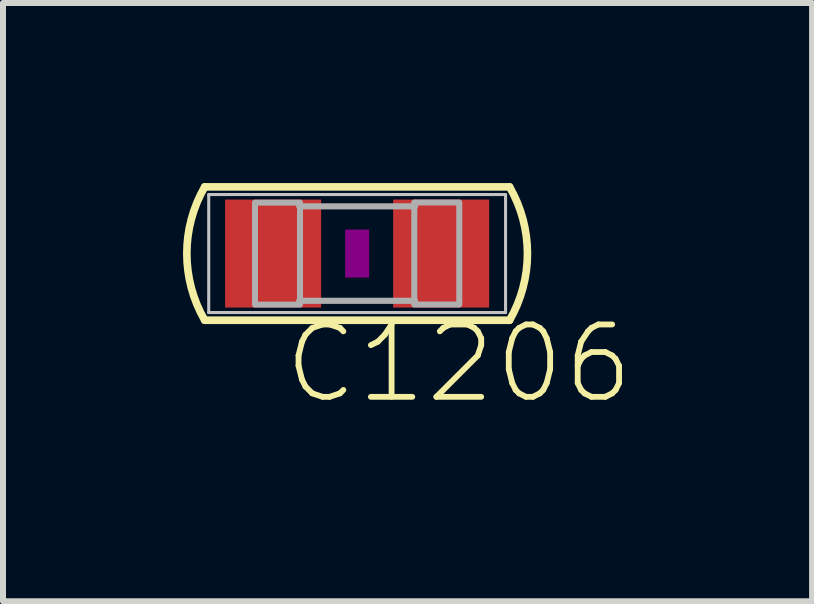
<source format=kicad_pcb>
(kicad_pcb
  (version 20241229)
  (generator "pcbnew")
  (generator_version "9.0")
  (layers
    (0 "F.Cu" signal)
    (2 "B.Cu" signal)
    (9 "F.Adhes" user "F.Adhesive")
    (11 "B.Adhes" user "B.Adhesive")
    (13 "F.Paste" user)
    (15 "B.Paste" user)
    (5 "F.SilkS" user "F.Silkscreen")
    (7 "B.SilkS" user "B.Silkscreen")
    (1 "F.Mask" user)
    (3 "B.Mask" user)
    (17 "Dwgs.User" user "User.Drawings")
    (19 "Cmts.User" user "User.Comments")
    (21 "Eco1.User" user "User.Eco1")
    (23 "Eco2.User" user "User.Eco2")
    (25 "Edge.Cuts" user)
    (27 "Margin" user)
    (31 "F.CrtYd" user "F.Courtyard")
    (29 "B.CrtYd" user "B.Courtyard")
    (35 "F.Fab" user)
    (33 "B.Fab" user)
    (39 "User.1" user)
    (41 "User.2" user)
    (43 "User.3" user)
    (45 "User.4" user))
  (footprint "C1206"
    (layer "F.Cu")
    (at 2.901 1.175)
    (property "Reference" "C1206" (at -1.27 2.54 180) (layer "F.SilkS") (effects (font (size 1.206 1.206) (thickness 0.097)) (justify left bottom)))
    (attr through_hole)
    (fp_line (start -2.54 -1.111) (end 2.54 -1.111) (stroke (width 0.127) (type solid)) (layer "F.SilkS"))
    (fp_line (start 2.54 1.111) (end -2.54 1.111) (stroke (width 0.127) (type solid)) (layer "F.SilkS"))
    (fp_arc (start -2.54 1.11125) (mid -2.837758 0) (end -2.54 -1.11125) (stroke (width 0.127) (type solid)) (layer "F.SilkS"))
    (fp_arc (start 2.54 -1.11125) (mid 2.837758 0) (end 2.54 1.11125) (stroke (width 0.127) (type solid)) (layer "F.SilkS"))
    (fp_poly (pts (xy -0.2 0.4) (xy 0.2 0.4) (xy 0.2 -0.4) (xy -0.2 -0.4)) (stroke (width 0) (type solid)) (fill yes) (layer "F.Adhes"))
    (fp_line (start -2.473 -0.983) (end 2.473 -0.983) (stroke (width 0.051) (type solid)) (layer "Dwgs.User"))
    (fp_line (start -2.473 0.983) (end -2.473 -0.983) (stroke (width 0.051) (type solid)) (layer "Dwgs.User"))
    (fp_line (start 2.473 -0.983) (end 2.473 0.983) (stroke (width 0.051) (type solid)) (layer "Dwgs.User"))
    (fp_line (start 2.473 0.983) (end -2.473 0.983) (stroke (width 0.051) (type solid)) (layer "Dwgs.User"))
    (fp_line (start -0.965 -0.787) (end 0.965 -0.787) (stroke (width 0.102) (type solid)) (layer "F.Fab"))
    (fp_line (start -0.965 0.787) (end 0.965 0.787) (stroke (width 0.102) (type solid)) (layer "F.Fab"))
    (fp_poly (pts (xy -1.702 0.851) (xy -0.952 0.851) (xy -0.952 -0.849) (xy -1.702 -0.849)) (stroke (width 0.1) (type solid)) (fill no) (layer "F.Fab"))
    (fp_poly (pts (xy 0.952 0.849) (xy 1.702 0.849) (xy 1.702 -0.851) (xy 0.952 -0.851)) (stroke (width 0.1) (type solid)) (fill no) (layer "F.Fab"))
    (pad "1" smd rect (at -1.4 0) (size 1.6 1.8) (layers "F.Cu" "F.Mask" "F.Paste"))
    (pad "2" smd rect (at 1.4 0) (size 1.6 1.8) (layers "F.Cu" "F.Mask" "F.Paste")))
  (gr_rect
    (start -3 -3)
    (end 10.482 6.969)
    (stroke (width 0.1) (type default))
    (fill no)
    (layer "Edge.Cuts")))
</source>
